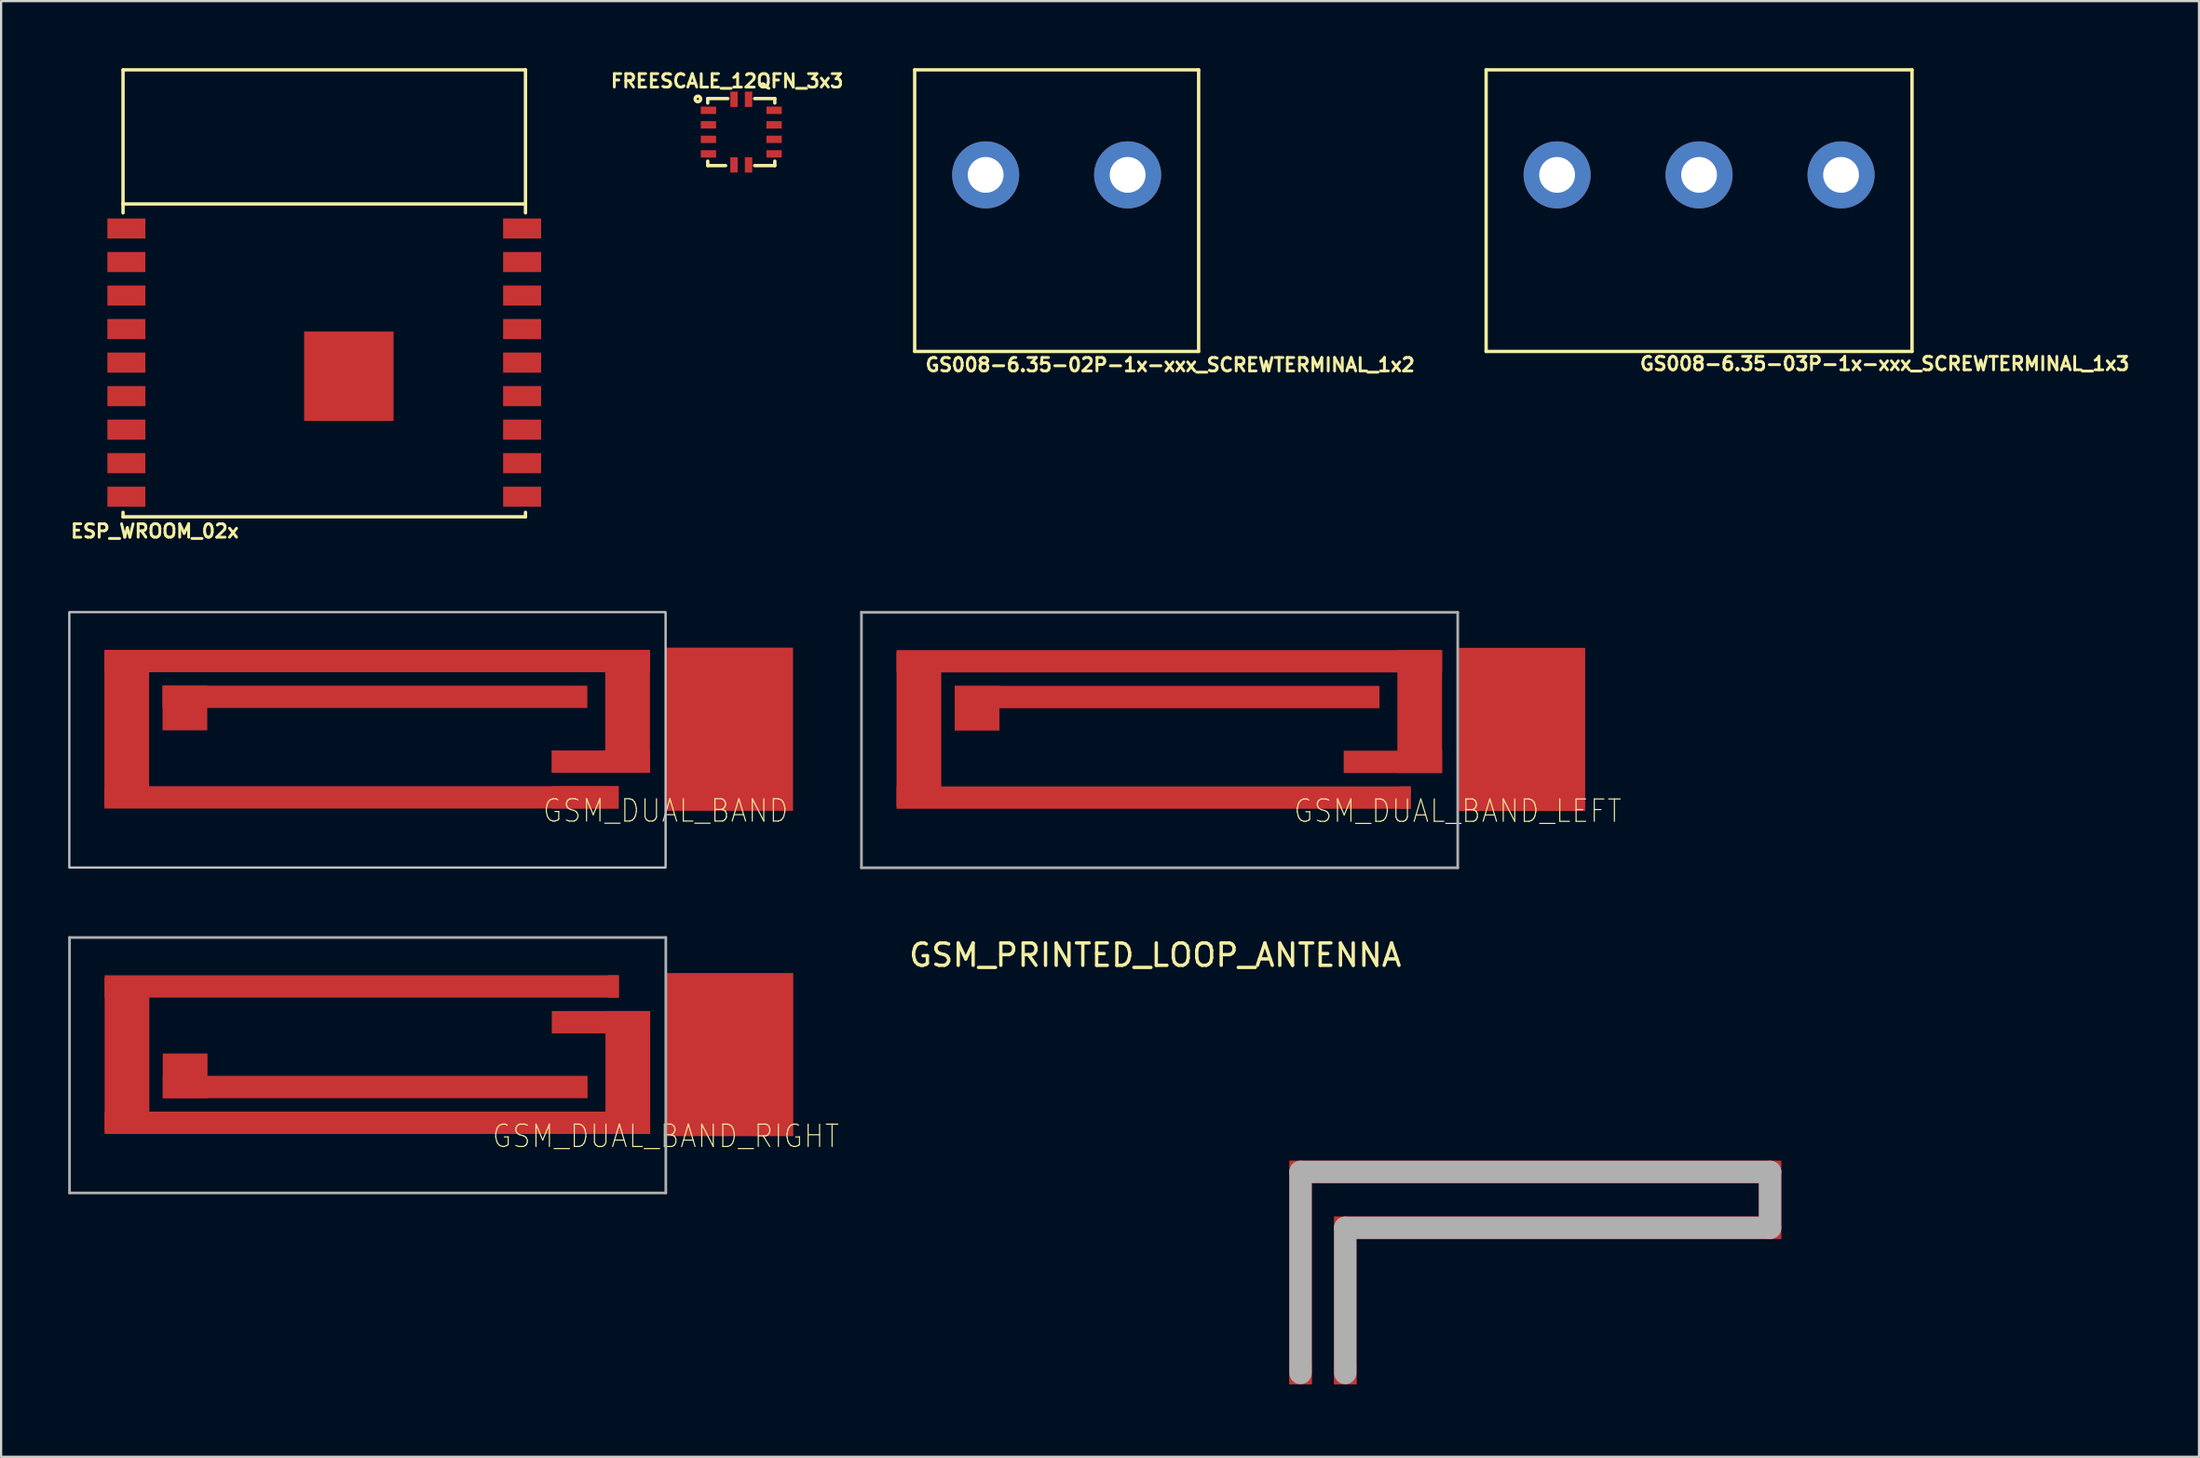
<source format=kicad_pcb>
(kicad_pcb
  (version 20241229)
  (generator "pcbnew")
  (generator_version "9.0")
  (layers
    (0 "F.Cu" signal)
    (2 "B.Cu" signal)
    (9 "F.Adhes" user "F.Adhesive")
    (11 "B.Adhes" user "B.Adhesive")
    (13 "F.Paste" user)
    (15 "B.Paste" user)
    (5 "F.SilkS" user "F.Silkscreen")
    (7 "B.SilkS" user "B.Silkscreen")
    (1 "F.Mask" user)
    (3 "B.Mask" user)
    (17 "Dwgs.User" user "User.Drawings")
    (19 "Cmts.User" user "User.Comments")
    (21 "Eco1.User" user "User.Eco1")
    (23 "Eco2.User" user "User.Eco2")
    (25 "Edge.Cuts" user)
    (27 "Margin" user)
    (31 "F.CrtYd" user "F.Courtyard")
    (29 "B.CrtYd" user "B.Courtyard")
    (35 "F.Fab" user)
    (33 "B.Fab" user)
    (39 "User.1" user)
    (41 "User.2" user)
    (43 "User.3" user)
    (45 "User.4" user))
  (footprint "FREESCALE_12QFN_3x3"
    (layer "F.Cu")
    (at 30.105 2.86)
    (property "Reference" "FREESCALE_12QFN_3x3" (at -0.635 -2.286 0) (layer "F.SilkS") (effects (font (size 0.6 0.6) (thickness 0.127))))
    (attr through_hole)
    (fp_line (start -1.5 -1.5) (end -1.5 -1.3) (stroke (width 0.15) (type solid)) (layer "F.SilkS"))
    (fp_line (start -1.5 -1.5) (end -0.6 -1.5) (stroke (width 0.15) (type solid)) (layer "F.SilkS"))
    (fp_line (start -1.5 1.5) (end -1.5 1.3) (stroke (width 0.15) (type solid)) (layer "F.SilkS"))
    (fp_line (start -0.7 1.5) (end -1.5 1.5) (stroke (width 0.15) (type solid)) (layer "F.SilkS"))
    (fp_line (start 0.6 -1.5) (end 1.5 -1.5) (stroke (width 0.15) (type solid)) (layer "F.SilkS"))
    (fp_line (start 1.5 -1.5) (end 1.5 -1.3) (stroke (width 0.15) (type solid)) (layer "F.SilkS"))
    (fp_line (start 1.5 1.5) (end 0.6 1.5) (stroke (width 0.15) (type solid)) (layer "F.SilkS"))
    (fp_line (start 1.5 1.5) (end 1.5 1.3) (stroke (width 0.15) (type solid)) (layer "F.SilkS"))
    (fp_circle (center -1.941 -1.483) (end -1.836 -1.415) (stroke (width 0.15) (type solid)) (fill no) (layer "F.SilkS"))
    (pad "1" smd rect (at -1.468 -0.975 90) (size 0.33 0.686) (layers "F.Cu" "F.Mask" "F.Paste"))
    (pad "2" smd rect (at -1.468 -0.325 90) (size 0.33 0.686) (layers "F.Cu" "F.Mask" "F.Paste"))
    (pad "3" smd rect (at -1.468 0.325 90) (size 0.33 0.686) (layers "F.Cu" "F.Mask" "F.Paste"))
    (pad "4" smd rect (at -1.468 0.975 270) (size 0.33 0.686) (layers "F.Cu" "F.Mask" "F.Paste"))
    (pad "5" smd rect (at -0.325 1.468) (size 0.33 0.686) (layers "F.Cu" "F.Mask" "F.Paste"))
    (pad "6" smd rect (at 0.325 1.468) (size 0.33 0.686) (layers "F.Cu" "F.Mask" "F.Paste"))
    (pad "7" smd rect (at 1.468 0.975 90) (size 0.33 0.686) (layers "F.Cu" "F.Mask" "F.Paste"))
    (pad "8" smd rect (at 1.468 0.325 90) (size 0.33 0.686) (layers "F.Cu" "F.Mask" "F.Paste"))
    (pad "9" smd rect (at 1.468 -0.325 270) (size 0.33 0.686) (layers "F.Cu" "F.Mask" "F.Paste"))
    (pad "10" smd rect (at 1.468 -0.975 90) (size 0.33 0.686) (layers "F.Cu" "F.Mask" "F.Paste"))
    (pad "11" smd rect (at 0.325 -1.468) (size 0.33 0.686) (layers "F.Cu" "F.Mask" "F.Paste"))
    (pad "12" smd rect (at -0.325 -1.468) (size 0.33 0.686) (layers "F.Cu" "F.Mask" "F.Paste")))
  (footprint "GSM_DUAL_BAND_RIGHT"
    (layer "F.Cu")
    (at 26.73 47.789)
    (property "Reference" "GSM_DUAL_BAND_RIGHT" (at 0 0 0) (layer "F.SilkS") (effects (font (size 1 0.9) (thickness 0.05))))
    (attr smd)
    (fp_poly (pts (xy -25.1 -6.2) (xy -2.1 -6.2) (xy -2.1 -7.2) (xy -25.1 -7.2)) (stroke (width 0) (type solid)) (fill yes) (layer "F.Cu"))
    (fp_poly (pts (xy -25.1 -0.2) (xy -23.1 -0.2) (xy -23.1 -7.1) (xy -25.1 -7.1)) (stroke (width 0) (type solid)) (fill yes) (layer "F.Cu"))
    (fp_poly (pts (xy -25.1 -0.1) (xy -0.7 -0.1) (xy -0.7 -1.1) (xy -25.1 -1.1)) (stroke (width 0) (type solid)) (fill yes) (layer "F.Cu"))
    (fp_poly (pts (xy -22.5 -1.7) (xy -20.5 -1.7) (xy -20.5 -3.7) (xy -22.5 -3.7)) (stroke (width 0) (type solid)) (fill yes) (layer "F.Cu"))
    (fp_poly (pts (xy -22.5 -1.7) (xy -3.5 -1.7) (xy -3.5 -2.7) (xy -22.5 -2.7)) (stroke (width 0) (type solid)) (fill yes) (layer "F.Cu"))
    (fp_poly (pts (xy -5.1 -4.6) (xy -0.7 -4.6) (xy -0.7 -5.6) (xy -5.1 -5.6)) (stroke (width 0) (type solid)) (fill yes) (layer "F.Cu"))
    (fp_poly (pts (xy -2.7 -0.1) (xy -0.7 -0.1) (xy -0.7 -5.6) (xy -2.7 -5.6)) (stroke (width 0) (type solid)) (fill yes) (layer "F.Cu"))
    (fp_line (start -26.67 -8.89) (end 0 -8.89) (stroke (width 0.12) (type solid)) (layer "F.Fab"))
    (fp_line (start -26.67 2.54) (end -26.67 -8.89) (stroke (width 0.12) (type solid)) (layer "F.Fab"))
    (fp_line (start 0 -8.89) (end 0 2.54) (stroke (width 0.12) (type solid)) (layer "F.Fab"))
    (fp_line (start 0 2.54) (end -26.67 2.54) (stroke (width 0.12) (type solid)) (layer "F.Fab"))
    (pad "1" smd rect (at -2.35 -6.7 270) (size 1 0.5) (layers "F.Cu"))
    (pad "2" smd rect (at 2.85 -3.65) (size 5.7 7.3) (layers "F.Cu")))
  (footprint "GSM_DUAL_BAND"
    (layer "F.Cu")
    (at 26.72 33.229)
    (property "Reference" "GSM_DUAL_BAND" (at 0 0 0) (layer "F.SilkS") (effects (font (size 1 0.9) (thickness 0.05))))
    (attr smd)
    (fp_poly (pts (xy -25.1 -7.2) (xy -0.7 -7.2) (xy -0.7 -6.2) (xy -25.1 -6.2)) (stroke (width 0) (type solid)) (fill yes) (layer "F.Cu"))
    (fp_poly (pts (xy -25.1 -7.1) (xy -23.1 -7.1) (xy -23.1 -0.2) (xy -25.1 -0.2)) (stroke (width 0) (type solid)) (fill yes) (layer "F.Cu"))
    (fp_poly (pts (xy -25.1 -1.1) (xy -2.1 -1.1) (xy -2.1 -0.1) (xy -25.1 -0.1)) (stroke (width 0) (type solid)) (fill yes) (layer "F.Cu"))
    (fp_poly (pts (xy -22.5 -5.6) (xy -20.5 -5.6) (xy -20.5 -3.6) (xy -22.5 -3.6)) (stroke (width 0) (type solid)) (fill yes) (layer "F.Cu"))
    (fp_poly (pts (xy -22.5 -5.6) (xy -3.5 -5.6) (xy -3.5 -4.6) (xy -22.5 -4.6)) (stroke (width 0) (type solid)) (fill yes) (layer "F.Cu"))
    (fp_poly (pts (xy -5.1 -2.7) (xy -0.7 -2.7) (xy -0.7 -1.7) (xy -5.1 -1.7)) (stroke (width 0) (type solid)) (fill yes) (layer "F.Cu"))
    (fp_poly (pts (xy -2.7 -7.2) (xy -0.7 -7.2) (xy -0.7 -1.7) (xy -2.7 -1.7)) (stroke (width 0) (type solid)) (fill yes) (layer "F.Cu"))
    (fp_poly (pts (xy -26.67 -8.89) (xy 0 -8.89) (xy 0 2.54) (xy -26.67 2.54)) (stroke (width 0.1) (type solid)) (fill no) (layer "Dwgs.User"))
    (pad "FEED" smd rect (at -3.6 -0.6 90) (size 1 3) (layers "F.Cu" "F.Mask" "F.Paste"))
    (pad "GND" smd rect (at 2.85 -3.65) (size 5.7 7.3) (layers "F.Cu" "F.Mask" "F.Paste")))
  (footprint "GS008-6.35-03P-1x-xxx_SCREWTERMINAL_1x3"
    (layer "F.Cu")
    (at 72.945 6.375)
    (property "Reference" "GS008-6.35-03P-1x-xxx_SCREWTERMINAL_1x3" (at 8.3 6.85 0) (layer "F.SilkS") (effects (font (size 0.6 0.6) (thickness 0.127))))
    (attr through_hole)
    (fp_line (start -9.525 -6.3) (end 9.525 -6.3) (stroke (width 0.15) (type solid)) (layer "F.SilkS"))
    (fp_line (start -9.525 6.3) (end -9.525 -6.3) (stroke (width 0.15) (type solid)) (layer "F.SilkS"))
    (fp_line (start 9.525 -6.3) (end 9.525 6.3) (stroke (width 0.15) (type solid)) (layer "F.SilkS"))
    (fp_line (start 9.525 6.3) (end -9.525 6.3) (stroke (width 0.15) (type solid)) (layer "F.SilkS"))
    (pad "1" thru_hole circle (at -6.35 -1.6) (size 3 3) (drill 1.6) (layers "*.Cu" "*.Mask"))
    (pad "2" thru_hole circle (at 0 -1.6) (size 3 3) (drill 1.6) (layers "*.Cu" "*.Mask"))
    (pad "3" thru_hole circle (at 6.35 -1.6) (size 3 3) (drill 1.6) (layers "*.Cu" "*.Mask")))
  (footprint "GSM_PRINTED_LOOP_ANTENNA"
    (layer "F.Cu")
    (at 54.619 58.887)
    (property "Reference" "GSM_PRINTED_LOOP_ANTENNA" (at -6 -19.2 0) (layer "F.SilkS") (effects (font (size 1 1) (thickness 0.15))))
    (attr through_hole)
    (fp_poly (pts (xy 0 0) (xy 0 -10) (xy 22 -10) (xy 22 -6.5) (xy 3 -6.5) (xy 3 0) (xy 2 0) (xy 2 -7.5) (xy 21 -7.5) (xy 21 -9) (xy 1 -9) (xy 1 0)) (stroke (width 0.01) (type solid)) (fill yes) (layer "F.Cu"))
    (fp_line (start 0.5 -9.5) (end 21.5 -9.5) (stroke (width 1) (type solid)) (layer "F.Fab"))
    (fp_line (start 0.5 -0.5) (end 0.5 -9.5) (stroke (width 1) (type solid)) (layer "F.Fab"))
    (fp_line (start 2.5 -7) (end 2.5 -0.5) (stroke (width 1) (type solid)) (layer "F.Fab"))
    (fp_line (start 21.5 -9.5) (end 21.5 -7) (stroke (width 1) (type solid)) (layer "F.Fab"))
    (fp_line (start 21.5 -7) (end 2.5 -7) (stroke (width 1) (type solid)) (layer "F.Fab"))
    (pad "1" smd rect (at 0.5 -0.5) (size 1 1) (layers "F.Cu"))
    (pad "2" smd rect (at 2.5 -0.5) (size 1 1) (layers "F.Cu")))
  (footprint "GS008-6.35-02P-1x-xxx_SCREWTERMINAL_1x2"
    (layer "F.Cu")
    (at 44.211 6.375)
    (property "Reference" "GS008-6.35-02P-1x-xxx_SCREWTERMINAL_1x2" (at 5.075 6.9 0) (layer "F.SilkS") (effects (font (size 0.6 0.6) (thickness 0.127))))
    (attr through_hole)
    (fp_line (start -6.35 -6.3) (end 6.35 -6.3) (stroke (width 0.15) (type solid)) (layer "F.SilkS"))
    (fp_line (start -6.35 6.3) (end -6.35 -6.3) (stroke (width 0.15) (type solid)) (layer "F.SilkS"))
    (fp_line (start 6.35 -6.3) (end 6.35 6.3) (stroke (width 0.15) (type solid)) (layer "F.SilkS"))
    (fp_line (start 6.35 6.3) (end -6.35 6.3) (stroke (width 0.15) (type solid)) (layer "F.SilkS"))
    (pad "1" thru_hole circle (at -3.175 -1.6) (size 3 3) (drill 1.6) (layers "*.Cu" "*.Mask"))
    (pad "2" thru_hole circle (at 3.175 -1.6) (size 3 3) (drill 1.6) (layers "*.Cu" "*.Mask")))
  (footprint "GSM_DUAL_BAND_LEFT"
    (layer "F.Cu")
    (at 62.15 33.239)
    (property "Reference" "GSM_DUAL_BAND_LEFT" (at 0 0 0) (layer "F.SilkS") (effects (font (size 1 0.9) (thickness 0.05))))
    (attr smd)
    (fp_poly (pts (xy -25.1 -7.2) (xy -0.7 -7.2) (xy -0.7 -6.2) (xy -25.1 -6.2)) (stroke (width 0) (type solid)) (fill yes) (layer "F.Cu"))
    (fp_poly (pts (xy -25.1 -7.1) (xy -23.1 -7.1) (xy -23.1 -0.2) (xy -25.1 -0.2)) (stroke (width 0) (type solid)) (fill yes) (layer "F.Cu"))
    (fp_poly (pts (xy -25.1 -1.1) (xy -2.1 -1.1) (xy -2.1 -0.1) (xy -25.1 -0.1)) (stroke (width 0) (type solid)) (fill yes) (layer "F.Cu"))
    (fp_poly (pts (xy -22.5 -5.6) (xy -20.5 -5.6) (xy -20.5 -3.6) (xy -22.5 -3.6)) (stroke (width 0) (type solid)) (fill yes) (layer "F.Cu"))
    (fp_poly (pts (xy -22.5 -5.6) (xy -3.5 -5.6) (xy -3.5 -4.6) (xy -22.5 -4.6)) (stroke (width 0) (type solid)) (fill yes) (layer "F.Cu"))
    (fp_poly (pts (xy -5.1 -2.7) (xy -0.7 -2.7) (xy -0.7 -1.7) (xy -5.1 -1.7)) (stroke (width 0) (type solid)) (fill yes) (layer "F.Cu"))
    (fp_poly (pts (xy -2.7 -7.2) (xy -0.7 -7.2) (xy -0.7 -1.7) (xy -2.7 -1.7)) (stroke (width 0) (type solid)) (fill yes) (layer "F.Cu"))
    (fp_line (start -26.67 -8.89) (end 0 -8.89) (stroke (width 0.12) (type solid)) (layer "F.Fab"))
    (fp_line (start -26.67 2.54) (end -26.67 -8.89) (stroke (width 0.12) (type solid)) (layer "F.Fab"))
    (fp_line (start 0 -8.89) (end 0 2.54) (stroke (width 0.12) (type solid)) (layer "F.Fab"))
    (fp_line (start 0 2.54) (end -26.67 2.54) (stroke (width 0.12) (type solid)) (layer "F.Fab"))
    (pad "1" smd rect (at -2.35 -0.6 90) (size 1 0.5) (layers "F.Cu"))
    (pad "2" smd rect (at 2.85 -3.65) (size 5.7 7.3) (layers "F.Cu")))
  (footprint "ESP_WROOM_02x"
    (layer "F.Cu")
    (at 11.453 13.175)
    (property "Reference" "ESP_WROOM_02x" (at -7.58 7.54 0) (layer "F.SilkS") (effects (font (size 0.6 0.6) (thickness 0.127))))
    (attr through_hole)
    (fp_line (start -9 -13.1) (end -9 -7.1) (stroke (width 0.15) (type solid)) (layer "F.SilkS"))
    (fp_line (start -9 -7.1) (end -9 -6.7) (stroke (width 0.15) (type solid)) (layer "F.SilkS"))
    (fp_line (start -9 -7.1) (end 9 -7.1) (stroke (width 0.15) (type solid)) (layer "F.SilkS"))
    (fp_line (start -9 6.9) (end -9 6.7) (stroke (width 0.15) (type solid)) (layer "F.SilkS"))
    (fp_line (start -9 6.9) (end 9 6.9) (stroke (width 0.15) (type solid)) (layer "F.SilkS"))
    (fp_line (start 9 -13.1) (end -9 -13.1) (stroke (width 0.15) (type solid)) (layer "F.SilkS"))
    (fp_line (start 9 -7.1) (end 9 -13.1) (stroke (width 0.15) (type solid)) (layer "F.SilkS"))
    (fp_line (start 9 -6.7) (end 9 -7.1) (stroke (width 0.15) (type solid)) (layer "F.SilkS"))
    (fp_line (start 9 6.9) (end 9 6.7) (stroke (width 0.15) (type solid)) (layer "F.SilkS"))
    (pad "1" smd rect (at -8.85 -6) (size 1.7 0.9) (layers "F.Cu" "F.Mask" "F.Paste"))
    (pad "2" smd rect (at -8.85 -4.5) (size 1.7 0.9) (layers "F.Cu" "F.Mask" "F.Paste"))
    (pad "3" smd rect (at -8.85 -3) (size 1.7 0.9) (layers "F.Cu" "F.Mask" "F.Paste"))
    (pad "4" smd rect (at -8.85 -1.5) (size 1.7 0.9) (layers "F.Cu" "F.Mask" "F.Paste"))
    (pad "5" smd rect (at -8.85 0) (size 1.7 0.9) (layers "F.Cu" "F.Mask" "F.Paste"))
    (pad "6" smd rect (at -8.85 1.5) (size 1.7 0.9) (layers "F.Cu" "F.Mask" "F.Paste"))
    (pad "7" smd rect (at -8.85 3) (size 1.7 0.9) (layers "F.Cu" "F.Mask" "F.Paste"))
    (pad "8" smd rect (at -8.85 4.5) (size 1.7 0.9) (layers "F.Cu" "F.Mask" "F.Paste"))
    (pad "9" smd rect (at -8.85 6) (size 1.7 0.9) (layers "F.Cu" "F.Mask" "F.Paste"))
    (pad "10" smd rect (at 8.85 6) (size 1.7 0.9) (layers "F.Cu" "F.Mask" "F.Paste"))
    (pad "11" smd rect (at 8.85 4.5) (size 1.7 0.9) (layers "F.Cu" "F.Mask" "F.Paste"))
    (pad "12" smd rect (at 8.85 3) (size 1.7 0.9) (layers "F.Cu" "F.Mask" "F.Paste"))
    (pad "13" smd rect (at 8.85 1.5) (size 1.7 0.9) (layers "F.Cu" "F.Mask" "F.Paste"))
    (pad "14" smd rect (at 8.85 0) (size 1.7 0.9) (layers "F.Cu" "F.Mask" "F.Paste"))
    (pad "15" smd rect (at 8.85 -1.5) (size 1.7 0.9) (layers "F.Cu" "F.Mask" "F.Paste"))
    (pad "16" smd rect (at 8.85 -3) (size 1.7 0.9) (layers "F.Cu" "F.Mask" "F.Paste"))
    (pad "17" smd rect (at 8.85 -4.5) (size 1.7 0.9) (layers "F.Cu" "F.Mask" "F.Paste"))
    (pad "18" smd rect (at 8.85 -6) (size 1.7 0.9) (layers "F.Cu" "F.Mask" "F.Paste"))
    (pad "19" smd rect (at 1.1 0.61) (size 4 4) (layers "F.Cu" "F.Mask" "F.Paste")))
  (gr_rect
    (start -3 -3)
    (end 95.304 62.137)
    (stroke (width 0.1) (type default))
    (fill no)
    (layer "Edge.Cuts")))
</source>
